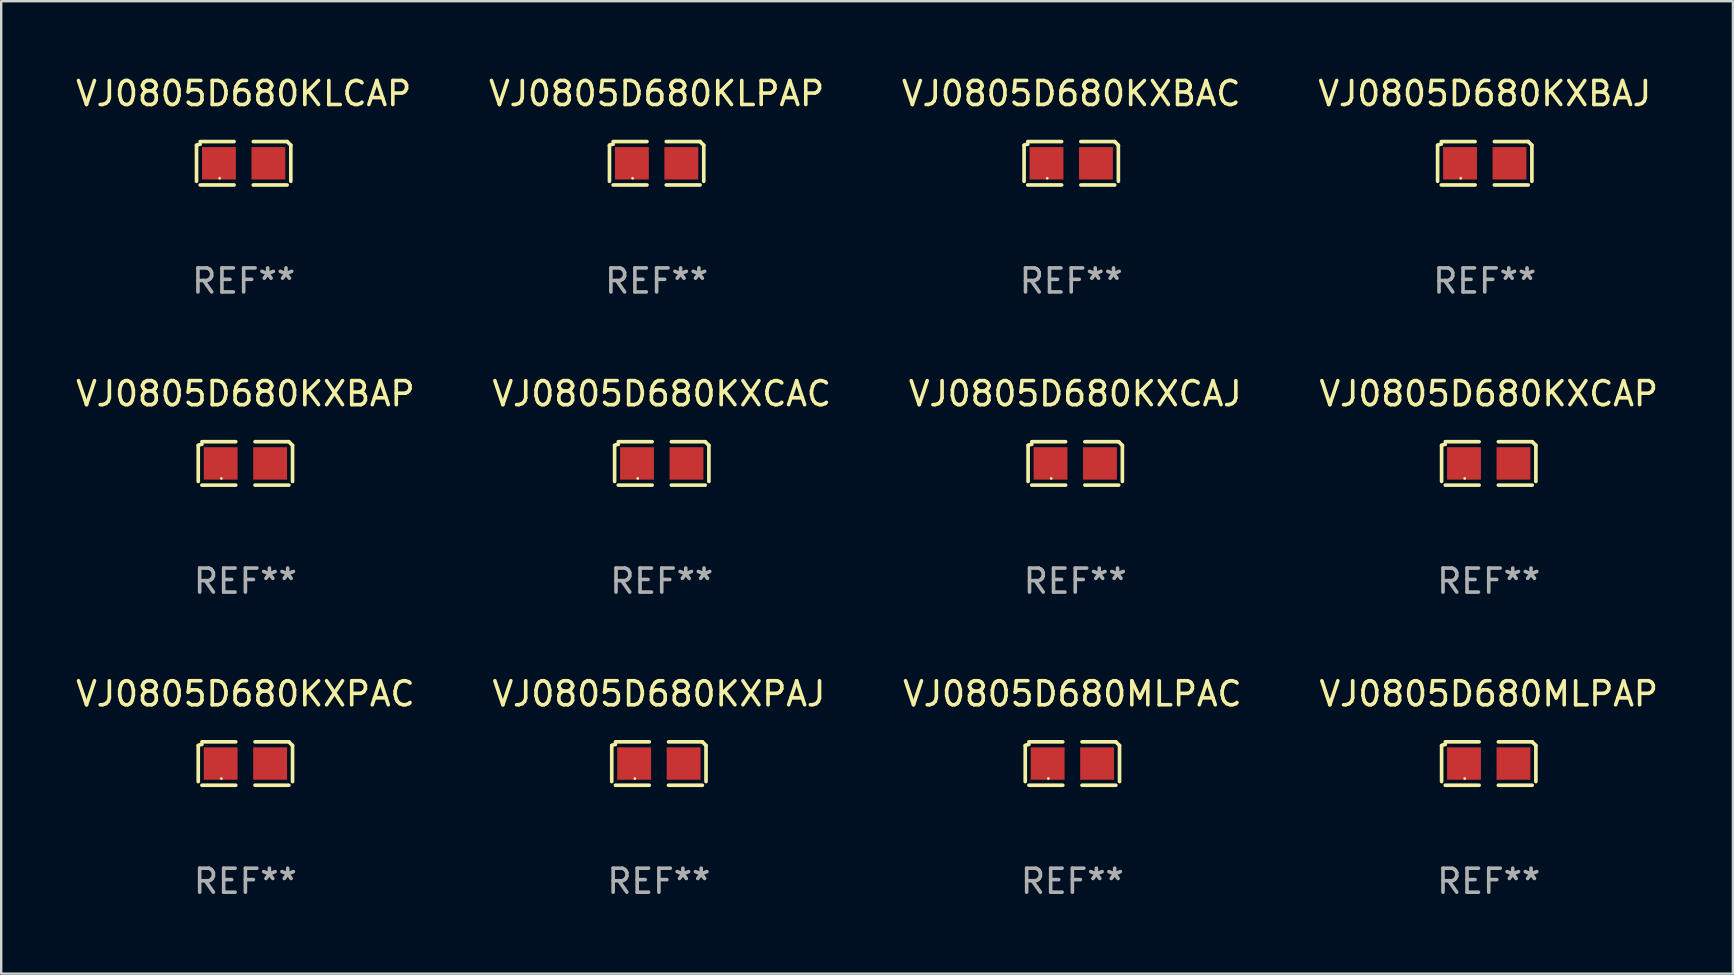
<source format=kicad_pcb>
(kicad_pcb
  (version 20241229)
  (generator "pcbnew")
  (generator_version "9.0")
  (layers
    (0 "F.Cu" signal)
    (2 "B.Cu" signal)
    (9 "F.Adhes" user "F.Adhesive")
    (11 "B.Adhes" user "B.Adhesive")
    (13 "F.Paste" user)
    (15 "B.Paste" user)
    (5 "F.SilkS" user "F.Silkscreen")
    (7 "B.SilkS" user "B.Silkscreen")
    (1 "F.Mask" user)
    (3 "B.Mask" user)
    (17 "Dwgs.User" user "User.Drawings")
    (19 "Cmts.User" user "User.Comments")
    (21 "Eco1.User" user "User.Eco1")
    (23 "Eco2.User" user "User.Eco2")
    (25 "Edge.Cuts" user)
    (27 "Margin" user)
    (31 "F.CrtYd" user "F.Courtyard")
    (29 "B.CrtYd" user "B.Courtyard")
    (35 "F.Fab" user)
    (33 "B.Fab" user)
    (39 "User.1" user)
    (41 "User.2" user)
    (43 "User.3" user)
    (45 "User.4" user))
  (footprint "VJ0805D680KXBAJ"
    (layer "F.Cu")
    (at 58.804 3.752)
    (property "Reference" "VJ0805D680KXBAJ" (at 0 -2.904 0) (layer "F.SilkS") (effects (font (size 1 1) (thickness 0.15))))
    (attr through_hole)
    (fp_line (start -1.964 0.751) (end -1.964 -0.751) (stroke (width 0.152) (type solid)) (layer "F.SilkS"))
    (fp_line (start -1.811 -0.904) (end -0.401 -0.904) (stroke (width 0.152) (type solid)) (layer "F.SilkS"))
    (fp_line (start -0.401 0.904) (end -1.811 0.904) (stroke (width 0.152) (type solid)) (layer "F.SilkS"))
    (fp_line (start 0.401 0.904) (end 1.811 0.904) (stroke (width 0.152) (type solid)) (layer "F.SilkS"))
    (fp_line (start 1.811 -0.904) (end 0.401 -0.904) (stroke (width 0.152) (type solid)) (layer "F.SilkS"))
    (fp_line (start 1.964 0.751) (end 1.964 -0.751) (stroke (width 0.152) (type solid)) (layer "F.SilkS"))
    (fp_arc (start -1.963602 -0.751207) (mid -1.890354 -0.783131) (end -1.811201 -0.794044) (stroke (width 0.1524) (type solid)) (layer "F.SilkS"))
    (fp_arc (start 1.811202 -0.903607) (mid 1.887413 -0.827418) (end 1.963602 -0.751207) (stroke (width 0.1524) (type solid)) (layer "F.SilkS"))
    (fp_circle (center -1 0.625) (end -0.97 0.625) (stroke (width 0.06) (type solid)) (fill no) (layer "F.SilkS"))
    (fp_text user "REF**" (at 0 4.904 0) (layer "F.Fab") (effects (font (size 1 1) (thickness 0.15))))
    (pad "1" smd rect (at -1.03 0) (size 1.41 1.35) (layers "F.Cu" "F.Mask" "F.Paste"))
    (pad "2" smd rect (at 1.03 0) (size 1.41 1.35) (layers "F.Cu" "F.Mask" "F.Paste")))
  (footprint "VJ0805D680MLPAP"
    (layer "F.Cu")
    (at 58.97 28.759)
    (property "Reference" "VJ0805D680MLPAP" (at 0 -2.904 0) (layer "F.SilkS") (effects (font (size 1 1) (thickness 0.15))))
    (attr through_hole)
    (fp_line (start -1.964 0.751) (end -1.964 -0.751) (stroke (width 0.152) (type solid)) (layer "F.SilkS"))
    (fp_line (start -1.811 -0.904) (end -0.401 -0.904) (stroke (width 0.152) (type solid)) (layer "F.SilkS"))
    (fp_line (start -0.401 0.904) (end -1.811 0.904) (stroke (width 0.152) (type solid)) (layer "F.SilkS"))
    (fp_line (start 0.401 0.904) (end 1.811 0.904) (stroke (width 0.152) (type solid)) (layer "F.SilkS"))
    (fp_line (start 1.811 -0.904) (end 0.401 -0.904) (stroke (width 0.152) (type solid)) (layer "F.SilkS"))
    (fp_line (start 1.964 0.751) (end 1.964 -0.751) (stroke (width 0.152) (type solid)) (layer "F.SilkS"))
    (fp_arc (start -1.963602 -0.751207) (mid -1.890354 -0.783131) (end -1.811201 -0.794044) (stroke (width 0.1524) (type solid)) (layer "F.SilkS"))
    (fp_arc (start 1.811202 -0.903607) (mid 1.887413 -0.827418) (end 1.963602 -0.751207) (stroke (width 0.1524) (type solid)) (layer "F.SilkS"))
    (fp_circle (center -1 0.625) (end -0.97 0.625) (stroke (width 0.06) (type solid)) (fill no) (layer "F.SilkS"))
    (fp_text user "REF**" (at 0 4.904 0) (layer "F.Fab") (effects (font (size 1 1) (thickness 0.15))))
    (pad "1" smd rect (at -1.03 0) (size 1.41 1.35) (layers "F.Cu" "F.Mask" "F.Paste"))
    (pad "2" smd rect (at 1.03 0) (size 1.41 1.35) (layers "F.Cu" "F.Mask" "F.Paste")))
  (footprint "VJ0805D680KXCAC"
    (layer "F.Cu")
    (at 24.518 16.256)
    (property "Reference" "VJ0805D680KXCAC" (at 0 -2.904 0) (layer "F.SilkS") (effects (font (size 1 1) (thickness 0.15))))
    (attr through_hole)
    (fp_line (start -1.964 0.751) (end -1.964 -0.751) (stroke (width 0.152) (type solid)) (layer "F.SilkS"))
    (fp_line (start -1.811 -0.904) (end -0.401 -0.904) (stroke (width 0.152) (type solid)) (layer "F.SilkS"))
    (fp_line (start -0.401 0.904) (end -1.811 0.904) (stroke (width 0.152) (type solid)) (layer "F.SilkS"))
    (fp_line (start 0.401 0.904) (end 1.811 0.904) (stroke (width 0.152) (type solid)) (layer "F.SilkS"))
    (fp_line (start 1.811 -0.904) (end 0.401 -0.904) (stroke (width 0.152) (type solid)) (layer "F.SilkS"))
    (fp_line (start 1.964 0.751) (end 1.964 -0.751) (stroke (width 0.152) (type solid)) (layer "F.SilkS"))
    (fp_arc (start -1.963602 -0.751207) (mid -1.890354 -0.783131) (end -1.811201 -0.794044) (stroke (width 0.1524) (type solid)) (layer "F.SilkS"))
    (fp_arc (start 1.811202 -0.903607) (mid 1.887413 -0.827418) (end 1.963602 -0.751207) (stroke (width 0.1524) (type solid)) (layer "F.SilkS"))
    (fp_circle (center -1 0.625) (end -0.97 0.625) (stroke (width 0.06) (type solid)) (fill no) (layer "F.SilkS"))
    (fp_text user "REF**" (at 0 4.904 0) (layer "F.Fab") (effects (font (size 1 1) (thickness 0.15))))
    (pad "1" smd rect (at -1.03 0) (size 1.41 1.35) (layers "F.Cu" "F.Mask" "F.Paste"))
    (pad "2" smd rect (at 1.03 0) (size 1.41 1.35) (layers "F.Cu" "F.Mask" "F.Paste")))
  (footprint "VJ0805D680KXCAJ"
    (layer "F.Cu")
    (at 41.744 16.256)
    (property "Reference" "VJ0805D680KXCAJ" (at 0 -2.904 0) (layer "F.SilkS") (effects (font (size 1 1) (thickness 0.15))))
    (attr through_hole)
    (fp_line (start -1.964 0.751) (end -1.964 -0.751) (stroke (width 0.152) (type solid)) (layer "F.SilkS"))
    (fp_line (start -1.811 -0.904) (end -0.401 -0.904) (stroke (width 0.152) (type solid)) (layer "F.SilkS"))
    (fp_line (start -0.401 0.904) (end -1.811 0.904) (stroke (width 0.152) (type solid)) (layer "F.SilkS"))
    (fp_line (start 0.401 0.904) (end 1.811 0.904) (stroke (width 0.152) (type solid)) (layer "F.SilkS"))
    (fp_line (start 1.811 -0.904) (end 0.401 -0.904) (stroke (width 0.152) (type solid)) (layer "F.SilkS"))
    (fp_line (start 1.964 0.751) (end 1.964 -0.751) (stroke (width 0.152) (type solid)) (layer "F.SilkS"))
    (fp_arc (start -1.963602 -0.751207) (mid -1.890354 -0.783131) (end -1.811201 -0.794044) (stroke (width 0.1524) (type solid)) (layer "F.SilkS"))
    (fp_arc (start 1.811202 -0.903607) (mid 1.887413 -0.827418) (end 1.963602 -0.751207) (stroke (width 0.1524) (type solid)) (layer "F.SilkS"))
    (fp_circle (center -1 0.625) (end -0.97 0.625) (stroke (width 0.06) (type solid)) (fill no) (layer "F.SilkS"))
    (fp_text user "REF**" (at 0 4.904 0) (layer "F.Fab") (effects (font (size 1 1) (thickness 0.15))))
    (pad "1" smd rect (at -1.03 0) (size 1.41 1.35) (layers "F.Cu" "F.Mask" "F.Paste"))
    (pad "2" smd rect (at 1.03 0) (size 1.41 1.35) (layers "F.Cu" "F.Mask" "F.Paste")))
  (footprint "VJ0805D680KXPAJ"
    (layer "F.Cu")
    (at 24.399 28.759)
    (property "Reference" "VJ0805D680KXPAJ" (at 0 -2.904 0) (layer "F.SilkS") (effects (font (size 1 1) (thickness 0.15))))
    (attr through_hole)
    (fp_line (start -1.964 0.751) (end -1.964 -0.751) (stroke (width 0.152) (type solid)) (layer "F.SilkS"))
    (fp_line (start -1.811 -0.904) (end -0.401 -0.904) (stroke (width 0.152) (type solid)) (layer "F.SilkS"))
    (fp_line (start -0.401 0.904) (end -1.811 0.904) (stroke (width 0.152) (type solid)) (layer "F.SilkS"))
    (fp_line (start 0.401 0.904) (end 1.811 0.904) (stroke (width 0.152) (type solid)) (layer "F.SilkS"))
    (fp_line (start 1.811 -0.904) (end 0.401 -0.904) (stroke (width 0.152) (type solid)) (layer "F.SilkS"))
    (fp_line (start 1.964 0.751) (end 1.964 -0.751) (stroke (width 0.152) (type solid)) (layer "F.SilkS"))
    (fp_arc (start -1.963602 -0.751207) (mid -1.890354 -0.783131) (end -1.811201 -0.794044) (stroke (width 0.1524) (type solid)) (layer "F.SilkS"))
    (fp_arc (start 1.811202 -0.903607) (mid 1.887413 -0.827418) (end 1.963602 -0.751207) (stroke (width 0.1524) (type solid)) (layer "F.SilkS"))
    (fp_circle (center -1 0.625) (end -0.97 0.625) (stroke (width 0.06) (type solid)) (fill no) (layer "F.SilkS"))
    (fp_text user "REF**" (at 0 4.904 0) (layer "F.Fab") (effects (font (size 1 1) (thickness 0.15))))
    (pad "1" smd rect (at -1.03 0) (size 1.41 1.35) (layers "F.Cu" "F.Mask" "F.Paste"))
    (pad "2" smd rect (at 1.03 0) (size 1.41 1.35) (layers "F.Cu" "F.Mask" "F.Paste")))
  (footprint "VJ0805D680KXCAP"
    (layer "F.Cu")
    (at 58.97 16.256)
    (property "Reference" "VJ0805D680KXCAP" (at 0 -2.904 0) (layer "F.SilkS") (effects (font (size 1 1) (thickness 0.15))))
    (attr through_hole)
    (fp_line (start -1.964 0.751) (end -1.964 -0.751) (stroke (width 0.152) (type solid)) (layer "F.SilkS"))
    (fp_line (start -1.811 -0.904) (end -0.401 -0.904) (stroke (width 0.152) (type solid)) (layer "F.SilkS"))
    (fp_line (start -0.401 0.904) (end -1.811 0.904) (stroke (width 0.152) (type solid)) (layer "F.SilkS"))
    (fp_line (start 0.401 0.904) (end 1.811 0.904) (stroke (width 0.152) (type solid)) (layer "F.SilkS"))
    (fp_line (start 1.811 -0.904) (end 0.401 -0.904) (stroke (width 0.152) (type solid)) (layer "F.SilkS"))
    (fp_line (start 1.964 0.751) (end 1.964 -0.751) (stroke (width 0.152) (type solid)) (layer "F.SilkS"))
    (fp_arc (start -1.963602 -0.751207) (mid -1.890354 -0.783131) (end -1.811201 -0.794044) (stroke (width 0.1524) (type solid)) (layer "F.SilkS"))
    (fp_arc (start 1.811202 -0.903607) (mid 1.887413 -0.827418) (end 1.963602 -0.751207) (stroke (width 0.1524) (type solid)) (layer "F.SilkS"))
    (fp_circle (center -1 0.625) (end -0.97 0.625) (stroke (width 0.06) (type solid)) (fill no) (layer "F.SilkS"))
    (fp_text user "REF**" (at 0 4.904 0) (layer "F.Fab") (effects (font (size 1 1) (thickness 0.15))))
    (pad "1" smd rect (at -1.03 0) (size 1.41 1.35) (layers "F.Cu" "F.Mask" "F.Paste"))
    (pad "2" smd rect (at 1.03 0) (size 1.41 1.35) (layers "F.Cu" "F.Mask" "F.Paste")))
  (footprint "VJ0805D680KXBAC"
    (layer "F.Cu")
    (at 41.577 3.752)
    (property "Reference" "VJ0805D680KXBAC" (at 0 -2.904 0) (layer "F.SilkS") (effects (font (size 1 1) (thickness 0.15))))
    (attr through_hole)
    (fp_line (start -1.964 0.751) (end -1.964 -0.751) (stroke (width 0.152) (type solid)) (layer "F.SilkS"))
    (fp_line (start -1.811 -0.904) (end -0.401 -0.904) (stroke (width 0.152) (type solid)) (layer "F.SilkS"))
    (fp_line (start -0.401 0.904) (end -1.811 0.904) (stroke (width 0.152) (type solid)) (layer "F.SilkS"))
    (fp_line (start 0.401 0.904) (end 1.811 0.904) (stroke (width 0.152) (type solid)) (layer "F.SilkS"))
    (fp_line (start 1.811 -0.904) (end 0.401 -0.904) (stroke (width 0.152) (type solid)) (layer "F.SilkS"))
    (fp_line (start 1.964 0.751) (end 1.964 -0.751) (stroke (width 0.152) (type solid)) (layer "F.SilkS"))
    (fp_arc (start -1.963602 -0.751207) (mid -1.890354 -0.783131) (end -1.811201 -0.794044) (stroke (width 0.1524) (type solid)) (layer "F.SilkS"))
    (fp_arc (start 1.811202 -0.903607) (mid 1.887413 -0.827418) (end 1.963602 -0.751207) (stroke (width 0.1524) (type solid)) (layer "F.SilkS"))
    (fp_circle (center -1 0.625) (end -0.97 0.625) (stroke (width 0.06) (type solid)) (fill no) (layer "F.SilkS"))
    (fp_text user "REF**" (at 0 4.904 0) (layer "F.Fab") (effects (font (size 1 1) (thickness 0.15))))
    (pad "1" smd rect (at -1.03 0) (size 1.41 1.35) (layers "F.Cu" "F.Mask" "F.Paste"))
    (pad "2" smd rect (at 1.03 0) (size 1.41 1.35) (layers "F.Cu" "F.Mask" "F.Paste")))
  (footprint "VJ0805D680KLCAP"
    (layer "F.Cu")
    (at 7.101 3.752)
    (property "Reference" "VJ0805D680KLCAP" (at 0 -2.904 0) (layer "F.SilkS") (effects (font (size 1 1) (thickness 0.15))))
    (attr through_hole)
    (fp_line (start -1.964 0.751) (end -1.964 -0.751) (stroke (width 0.152) (type solid)) (layer "F.SilkS"))
    (fp_line (start -1.811 -0.904) (end -0.401 -0.904) (stroke (width 0.152) (type solid)) (layer "F.SilkS"))
    (fp_line (start -0.401 0.904) (end -1.811 0.904) (stroke (width 0.152) (type solid)) (layer "F.SilkS"))
    (fp_line (start 0.401 0.904) (end 1.811 0.904) (stroke (width 0.152) (type solid)) (layer "F.SilkS"))
    (fp_line (start 1.811 -0.904) (end 0.401 -0.904) (stroke (width 0.152) (type solid)) (layer "F.SilkS"))
    (fp_line (start 1.964 0.751) (end 1.964 -0.751) (stroke (width 0.152) (type solid)) (layer "F.SilkS"))
    (fp_arc (start -1.963602 -0.751207) (mid -1.890354 -0.783131) (end -1.811201 -0.794044) (stroke (width 0.1524) (type solid)) (layer "F.SilkS"))
    (fp_arc (start 1.811202 -0.903607) (mid 1.887413 -0.827418) (end 1.963602 -0.751207) (stroke (width 0.1524) (type solid)) (layer "F.SilkS"))
    (fp_circle (center -1 0.625) (end -0.97 0.625) (stroke (width 0.06) (type solid)) (fill no) (layer "F.SilkS"))
    (fp_text user "REF**" (at 0 4.904 0) (layer "F.Fab") (effects (font (size 1 1) (thickness 0.15))))
    (pad "1" smd rect (at -1.03 0) (size 1.41 1.35) (layers "F.Cu" "F.Mask" "F.Paste"))
    (pad "2" smd rect (at 1.03 0) (size 1.41 1.35) (layers "F.Cu" "F.Mask" "F.Paste")))
  (footprint "VJ0805D680KXBAP"
    (layer "F.Cu")
    (at 7.173 16.256)
    (property "Reference" "VJ0805D680KXBAP" (at 0 -2.904 0) (layer "F.SilkS") (effects (font (size 1 1) (thickness 0.15))))
    (attr through_hole)
    (fp_line (start -1.964 0.751) (end -1.964 -0.751) (stroke (width 0.152) (type solid)) (layer "F.SilkS"))
    (fp_line (start -1.811 -0.904) (end -0.401 -0.904) (stroke (width 0.152) (type solid)) (layer "F.SilkS"))
    (fp_line (start -0.401 0.904) (end -1.811 0.904) (stroke (width 0.152) (type solid)) (layer "F.SilkS"))
    (fp_line (start 0.401 0.904) (end 1.811 0.904) (stroke (width 0.152) (type solid)) (layer "F.SilkS"))
    (fp_line (start 1.811 -0.904) (end 0.401 -0.904) (stroke (width 0.152) (type solid)) (layer "F.SilkS"))
    (fp_line (start 1.964 0.751) (end 1.964 -0.751) (stroke (width 0.152) (type solid)) (layer "F.SilkS"))
    (fp_arc (start -1.963602 -0.751207) (mid -1.890354 -0.783131) (end -1.811201 -0.794044) (stroke (width 0.1524) (type solid)) (layer "F.SilkS"))
    (fp_arc (start 1.811202 -0.903607) (mid 1.887413 -0.827418) (end 1.963602 -0.751207) (stroke (width 0.1524) (type solid)) (layer "F.SilkS"))
    (fp_circle (center -1 0.625) (end -0.97 0.625) (stroke (width 0.06) (type solid)) (fill no) (layer "F.SilkS"))
    (fp_text user "REF**" (at 0 4.904 0) (layer "F.Fab") (effects (font (size 1 1) (thickness 0.15))))
    (pad "1" smd rect (at -1.03 0) (size 1.41 1.35) (layers "F.Cu" "F.Mask" "F.Paste"))
    (pad "2" smd rect (at 1.03 0) (size 1.41 1.35) (layers "F.Cu" "F.Mask" "F.Paste")))
  (footprint "VJ0805D680KLPAP"
    (layer "F.Cu")
    (at 24.304 3.752)
    (property "Reference" "VJ0805D680KLPAP" (at 0 -2.904 0) (layer "F.SilkS") (effects (font (size 1 1) (thickness 0.15))))
    (attr through_hole)
    (fp_line (start -1.964 0.751) (end -1.964 -0.751) (stroke (width 0.152) (type solid)) (layer "F.SilkS"))
    (fp_line (start -1.811 -0.904) (end -0.401 -0.904) (stroke (width 0.152) (type solid)) (layer "F.SilkS"))
    (fp_line (start -0.401 0.904) (end -1.811 0.904) (stroke (width 0.152) (type solid)) (layer "F.SilkS"))
    (fp_line (start 0.401 0.904) (end 1.811 0.904) (stroke (width 0.152) (type solid)) (layer "F.SilkS"))
    (fp_line (start 1.811 -0.904) (end 0.401 -0.904) (stroke (width 0.152) (type solid)) (layer "F.SilkS"))
    (fp_line (start 1.964 0.751) (end 1.964 -0.751) (stroke (width 0.152) (type solid)) (layer "F.SilkS"))
    (fp_arc (start -1.963602 -0.751207) (mid -1.890354 -0.783131) (end -1.811201 -0.794044) (stroke (width 0.1524) (type solid)) (layer "F.SilkS"))
    (fp_arc (start 1.811202 -0.903607) (mid 1.887413 -0.827418) (end 1.963602 -0.751207) (stroke (width 0.1524) (type solid)) (layer "F.SilkS"))
    (fp_circle (center -1 0.625) (end -0.97 0.625) (stroke (width 0.06) (type solid)) (fill no) (layer "F.SilkS"))
    (fp_text user "REF**" (at 0 4.904 0) (layer "F.Fab") (effects (font (size 1 1) (thickness 0.15))))
    (pad "1" smd rect (at -1.03 0) (size 1.41 1.35) (layers "F.Cu" "F.Mask" "F.Paste"))
    (pad "2" smd rect (at 1.03 0) (size 1.41 1.35) (layers "F.Cu" "F.Mask" "F.Paste")))
  (footprint "VJ0805D680MLPAC"
    (layer "F.Cu")
    (at 41.625 28.759)
    (property "Reference" "VJ0805D680MLPAC" (at 0 -2.904 0) (layer "F.SilkS") (effects (font (size 1 1) (thickness 0.15))))
    (attr through_hole)
    (fp_line (start -1.964 0.751) (end -1.964 -0.751) (stroke (width 0.152) (type solid)) (layer "F.SilkS"))
    (fp_line (start -1.811 -0.904) (end -0.401 -0.904) (stroke (width 0.152) (type solid)) (layer "F.SilkS"))
    (fp_line (start -0.401 0.904) (end -1.811 0.904) (stroke (width 0.152) (type solid)) (layer "F.SilkS"))
    (fp_line (start 0.401 0.904) (end 1.811 0.904) (stroke (width 0.152) (type solid)) (layer "F.SilkS"))
    (fp_line (start 1.811 -0.904) (end 0.401 -0.904) (stroke (width 0.152) (type solid)) (layer "F.SilkS"))
    (fp_line (start 1.964 0.751) (end 1.964 -0.751) (stroke (width 0.152) (type solid)) (layer "F.SilkS"))
    (fp_arc (start -1.963602 -0.751207) (mid -1.890354 -0.783131) (end -1.811201 -0.794044) (stroke (width 0.1524) (type solid)) (layer "F.SilkS"))
    (fp_arc (start 1.811202 -0.903607) (mid 1.887413 -0.827418) (end 1.963602 -0.751207) (stroke (width 0.1524) (type solid)) (layer "F.SilkS"))
    (fp_circle (center -1 0.625) (end -0.97 0.625) (stroke (width 0.06) (type solid)) (fill no) (layer "F.SilkS"))
    (fp_text user "REF**" (at 0 4.904 0) (layer "F.Fab") (effects (font (size 1 1) (thickness 0.15))))
    (pad "1" smd rect (at -1.03 0) (size 1.41 1.35) (layers "F.Cu" "F.Mask" "F.Paste"))
    (pad "2" smd rect (at 1.03 0) (size 1.41 1.35) (layers "F.Cu" "F.Mask" "F.Paste")))
  (footprint "VJ0805D680KXPAC"
    (layer "F.Cu")
    (at 7.173 28.759)
    (property "Reference" "VJ0805D680KXPAC" (at 0 -2.904 0) (layer "F.SilkS") (effects (font (size 1 1) (thickness 0.15))))
    (attr through_hole)
    (fp_line (start -1.964 0.751) (end -1.964 -0.751) (stroke (width 0.152) (type solid)) (layer "F.SilkS"))
    (fp_line (start -1.811 -0.904) (end -0.401 -0.904) (stroke (width 0.152) (type solid)) (layer "F.SilkS"))
    (fp_line (start -0.401 0.904) (end -1.811 0.904) (stroke (width 0.152) (type solid)) (layer "F.SilkS"))
    (fp_line (start 0.401 0.904) (end 1.811 0.904) (stroke (width 0.152) (type solid)) (layer "F.SilkS"))
    (fp_line (start 1.811 -0.904) (end 0.401 -0.904) (stroke (width 0.152) (type solid)) (layer "F.SilkS"))
    (fp_line (start 1.964 0.751) (end 1.964 -0.751) (stroke (width 0.152) (type solid)) (layer "F.SilkS"))
    (fp_arc (start -1.963602 -0.751207) (mid -1.890354 -0.783131) (end -1.811201 -0.794044) (stroke (width 0.1524) (type solid)) (layer "F.SilkS"))
    (fp_arc (start 1.811202 -0.903607) (mid 1.887413 -0.827418) (end 1.963602 -0.751207) (stroke (width 0.1524) (type solid)) (layer "F.SilkS"))
    (fp_circle (center -1 0.625) (end -0.97 0.625) (stroke (width 0.06) (type solid)) (fill no) (layer "F.SilkS"))
    (fp_text user "REF**" (at 0 4.904 0) (layer "F.Fab") (effects (font (size 1 1) (thickness 0.15))))
    (pad "1" smd rect (at -1.03 0) (size 1.41 1.35) (layers "F.Cu" "F.Mask" "F.Paste"))
    (pad "2" smd rect (at 1.03 0) (size 1.41 1.35) (layers "F.Cu" "F.Mask" "F.Paste")))
  (gr_rect
    (start -3 -3)
    (end 69.143 37.511)
    (stroke (width 0.1) (type default))
    (fill no)
    (layer "Edge.Cuts")))
</source>
